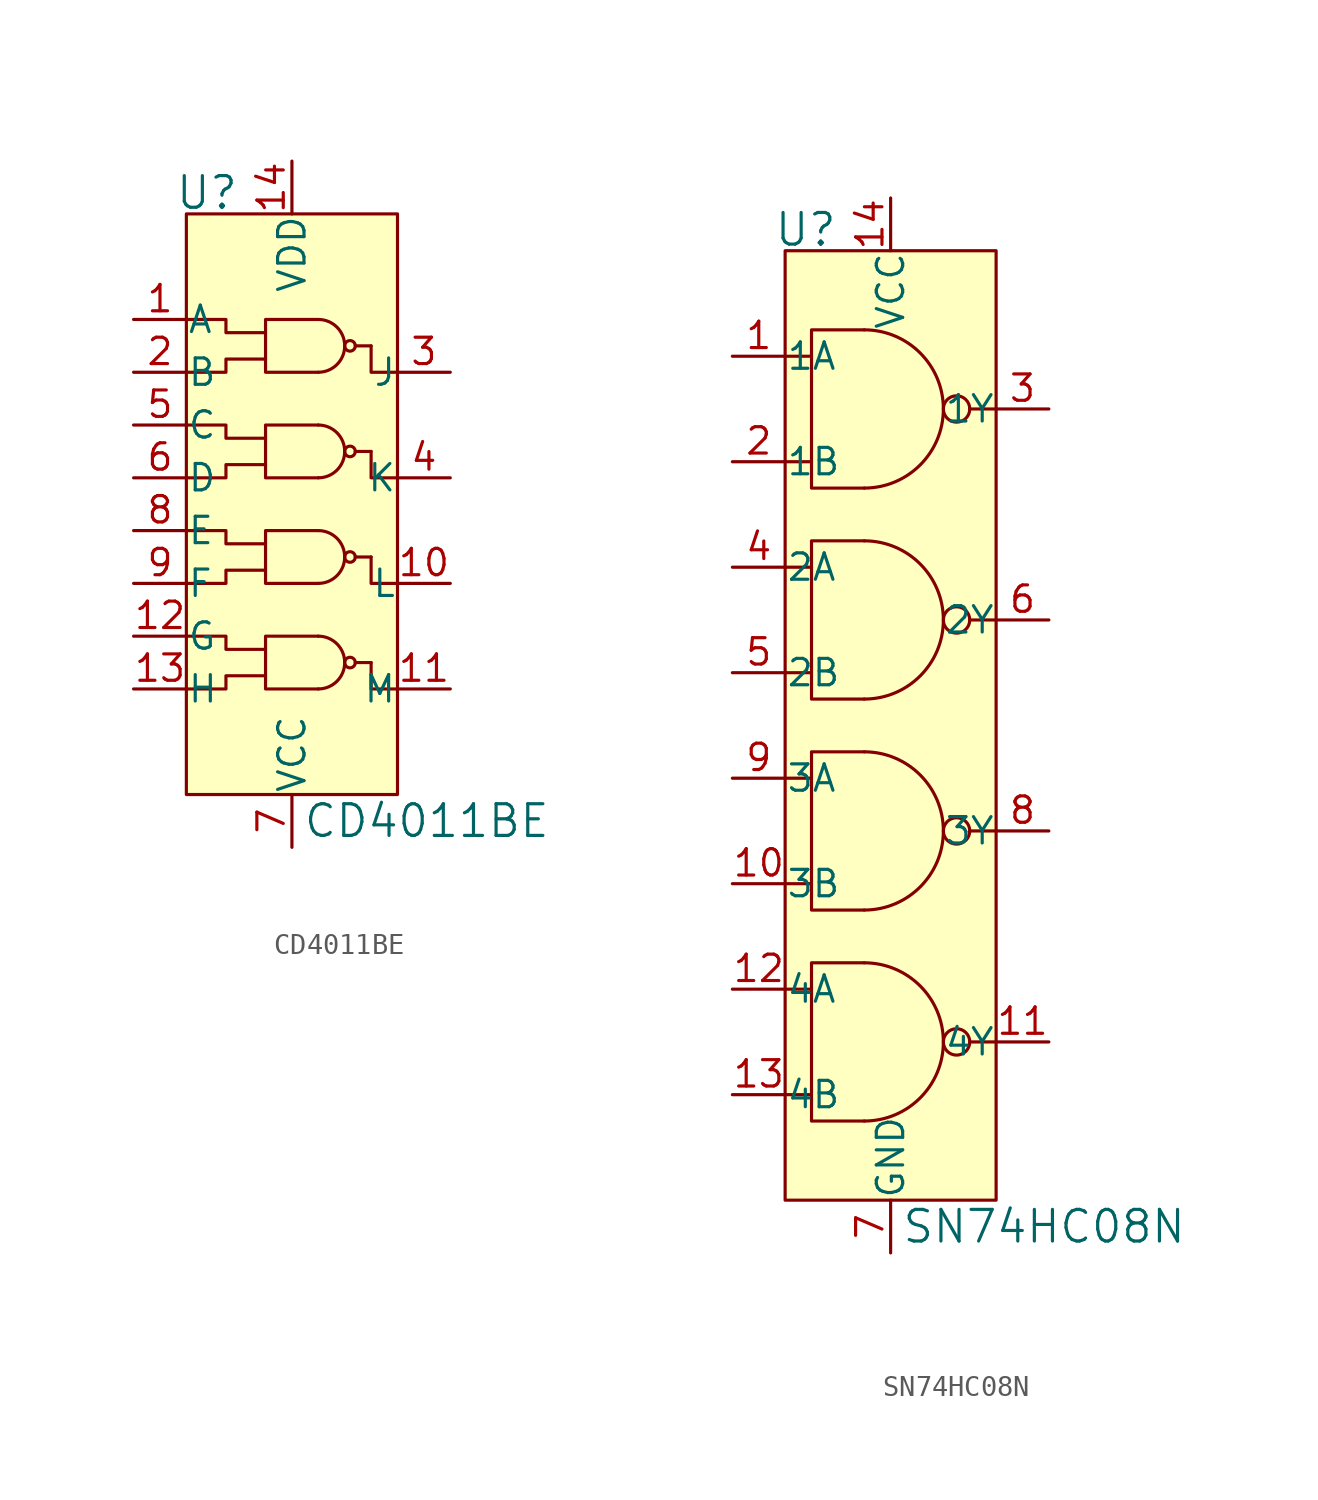
<source format=kicad_sym>
(kicad_symbol_lib
  (version 20231120)
  (generator "kicad_symbol_editor")
  (generator_version "8.0")
  (symbol "CD4011BE"
    (pin_names
      (offset 0.025))
    (property "Reference" "U"
      (at -5.08 11.176 0)
      (effects (font (size 1.524 1.524)) (justify right)))
    (property "Value" "CD4011BE"
      (at -2.032 -19.05 0)
      (effects (font (size 1.524 1.524)) (justify left)))
    (symbol "CD4011BE_0_1"
      (rectangle (start -7.62 10.16) (end 2.54 -17.78) (stroke (width 0) (type solid)) (fill (type background)))
      (arc (start -1.27 -12.7) (mid 0 -11.43) (end -1.27 -10.16) (stroke (width 0) (type solid)) (fill (type none)))
      (arc (start -1.27 -7.62) (mid 0 -6.35) (end -1.27 -5.08) (stroke (width 0) (type solid)) (fill (type none)))
      (arc (start -1.27 -2.54) (mid 0 -1.27) (end -1.27 0) (stroke (width 0) (type solid)) (fill (type none)))
      (arc (start -1.27 2.54) (mid 0 3.81) (end -1.27 5.08) (stroke (width 0) (type solid)) (fill (type none)))
      (polyline (pts (xy 0.508 -11.43) (xy 1.27 -11.43)) (stroke (width 0) (type solid)) (fill (type none)))
      (polyline (pts (xy 0.508 3.81) (xy 1.27 3.81)) (stroke (width 0) (type solid)) (fill (type none)))
      (polyline (pts (xy 1.27 -6.35) (xy 0.508 -6.35)) (stroke (width 0) (type solid)) (fill (type none)))
      (polyline (pts (xy 1.27 -1.27) (xy 0.508 -1.27)) (stroke (width 0) (type solid)) (fill (type none)))
      (polyline (pts (xy 1.27 -11.43) (xy 1.27 -12.7) (xy 2.54 -12.7)) (stroke (width 0) (type solid)) (fill (type none)))
      (polyline (pts (xy 1.27 -6.35) (xy 1.27 -7.62) (xy 2.54 -7.62)) (stroke (width 0) (type solid)) (fill (type none)))
      (polyline (pts (xy 1.27 -1.27) (xy 1.27 -2.54) (xy 2.54 -2.54)) (stroke (width 0) (type solid)) (fill (type none)))
      (polyline (pts (xy 1.27 3.81) (xy 1.27 2.54) (xy 2.54 2.54)) (stroke (width 0) (type solid)) (fill (type none)))
      (polyline (pts (xy -7.62 -12.7) (xy -5.715 -12.7) (xy -5.715 -12.065) (xy -3.81 -12.065)) (stroke (width 0) (type solid)) (fill (type none)))
      (polyline (pts (xy -7.62 -7.62) (xy -5.715 -7.62) (xy -5.715 -6.985) (xy -3.81 -6.985)) (stroke (width 0) (type solid)) (fill (type none)))
      (polyline (pts (xy -7.62 -2.54) (xy -5.715 -2.54) (xy -5.715 -1.905) (xy -3.81 -1.905)) (stroke (width 0) (type solid)) (fill (type none)))
      (polyline (pts (xy -3.81 -10.795) (xy -5.715 -10.795) (xy -5.715 -10.16) (xy -7.62 -10.16)) (stroke (width 0) (type solid)) (fill (type none)))
      (polyline (pts (xy -3.81 -5.715) (xy -5.715 -5.715) (xy -5.715 -5.08) (xy -7.62 -5.08)) (stroke (width 0) (type solid)) (fill (type none)))
      (polyline (pts (xy -3.81 -0.635) (xy -5.715 -0.635) (xy -5.715 0) (xy -7.62 0)) (stroke (width 0) (type solid)) (fill (type none)))
      (polyline (pts (xy -3.81 3.175) (xy -5.715 3.175) (xy -5.715 2.54) (xy -7.62 2.54)) (stroke (width 0) (type solid)) (fill (type none)))
      (polyline (pts (xy -3.81 4.445) (xy -5.715 4.445) (xy -5.715 5.08) (xy -7.62 5.08)) (stroke (width 0) (type solid)) (fill (type none)))
      (polyline (pts (xy -1.27 -10.16) (xy -3.81 -10.16) (xy -3.81 -12.7) (xy -1.27 -12.7)) (stroke (width 0) (type solid)) (fill (type none)))
      (polyline (pts (xy -1.27 -5.08) (xy -3.81 -5.08) (xy -3.81 -7.62) (xy -1.27 -7.62)) (stroke (width 0) (type solid)) (fill (type none)))
      (polyline (pts (xy -1.27 0) (xy -3.81 0) (xy -3.81 -2.54) (xy -1.27 -2.54)) (stroke (width 0) (type solid)) (fill (type none)))
      (polyline (pts (xy -1.27 5.08) (xy -3.81 5.08) (xy -3.81 2.54) (xy -1.27 2.54)) (stroke (width 0) (type solid)) (fill (type none)))
      (circle (center 0.254 -11.43) (radius 0.254) (stroke (width 0) (type solid)) (fill (type none)))
      (circle (center 0.254 -6.35) (radius 0.254) (stroke (width 0) (type solid)) (fill (type none)))
      (circle (center 0.254 -1.27) (radius 0.254) (stroke (width 0) (type solid)) (fill (type none)))
      (circle (center 0.254 3.81) (radius 0.254) (stroke (width 0) (type solid)) (fill (type none))))
    (symbol "CD4011BE_1_1"
      (pin input line (at -10.16 5.08 0) (length 2.54) (name "A" (effects (font (size 1.27 1.27)))) (number "1" (effects (font (size 1.27 1.27)))))
      (pin output line (at 5.08 -7.62 180) (length 2.54) (name "L" (effects (font (size 1.27 1.27)))) (number "10" (effects (font (size 1.27 1.27)))))
      (pin output line (at 5.08 -12.7 180) (length 2.54) (name "M" (effects (font (size 1.27 1.27)))) (number "11" (effects (font (size 1.27 1.27)))))
      (pin input line (at -10.16 -10.16 0) (length 2.54) (name "G" (effects (font (size 1.27 1.27)))) (number "12" (effects (font (size 1.27 1.27)))))
      (pin input line (at -10.16 -12.7 0) (length 2.54) (name "H" (effects (font (size 1.27 1.27)))) (number "13" (effects (font (size 1.27 1.27)))))
      (pin power_in line (at -2.54 12.7 270) (length 2.54) (name "VDD" (effects (font (size 1.27 1.27)))) (number "14" (effects (font (size 1.27 1.27)))))
      (pin input line (at -10.16 2.54 0) (length 2.54) (name "B" (effects (font (size 1.27 1.27)))) (number "2" (effects (font (size 1.27 1.27)))))
      (pin output line (at 5.08 2.54 180) (length 2.54) (name "J" (effects (font (size 1.27 1.27)))) (number "3" (effects (font (size 1.27 1.27)))))
      (pin output line (at 5.08 -2.54 180) (length 2.54) (name "K" (effects (font (size 1.27 1.27)))) (number "4" (effects (font (size 1.27 1.27)))))
      (pin input line (at -10.16 0 0) (length 2.54) (name "C" (effects (font (size 1.27 1.27)))) (number "5" (effects (font (size 1.27 1.27)))))
      (pin input line (at -10.16 -2.54 0) (length 2.54) (name "D" (effects (font (size 1.27 1.27)))) (number "6" (effects (font (size 1.27 1.27)))))
      (pin power_in line (at -2.54 -20.32 90) (length 2.54) (name "VCC" (effects (font (size 1.27 1.27)))) (number "7" (effects (font (size 1.27 1.27)))))
      (pin input line (at -10.16 -5.08 0) (length 2.54) (name "E" (effects (font (size 1.27 1.27)))) (number "8" (effects (font (size 1.27 1.27)))))
      (pin input line (at -10.16 -7.62 0) (length 2.54) (name "F" (effects (font (size 1.27 1.27)))) (number "9" (effects (font (size 1.27 1.27)))))))
  (symbol "SN74HC08N"
    (pin_names
      (offset 0.025))
    (property "Reference" "U"
      (at -2.54 8.636 0)
      (effects (font (size 1.524 1.524)) (justify right)))
    (property "Value" "SN74HC08N"
      (at 0.508 -39.37 0)
      (effects (font (size 1.524 1.524)) (justify left)))
    (symbol "SN74HC08N_0_1"
      (rectangle (start -5.08 7.62) (end 5.08 -38.1) (stroke (width 0) (type solid)) (fill (type background)))
      (arc (start -1.27 -34.29) (mid 2.54 -30.48) (end -1.27 -26.67) (stroke (width 0) (type solid)) (fill (type none)))
      (arc (start -1.27 -24.13) (mid 2.54 -20.32) (end -1.27 -16.51) (stroke (width 0) (type solid)) (fill (type none)))
      (arc (start -1.27 -13.97) (mid 2.54 -10.16) (end -1.27 -6.35) (stroke (width 0) (type solid)) (fill (type none)))
      (arc (start -1.27 -3.81) (mid 2.54 0) (end -1.27 3.81) (stroke (width 0) (type solid)) (fill (type none)))
      (polyline (pts (xy -5.08 -33.02) (xy -3.81 -33.02)) (stroke (width 0) (type solid)) (fill (type none)))
      (polyline (pts (xy -5.08 -22.86) (xy -3.81 -22.86)) (stroke (width 0) (type solid)) (fill (type none)))
      (polyline (pts (xy -5.08 -7.62) (xy -3.81 -7.62)) (stroke (width 0) (type solid)) (fill (type none)))
      (polyline (pts (xy -3.81 -27.94) (xy -5.08 -27.94)) (stroke (width 0) (type solid)) (fill (type none)))
      (polyline (pts (xy -3.81 -17.78) (xy -5.08 -17.78)) (stroke (width 0) (type solid)) (fill (type none)))
      (polyline (pts (xy -3.81 -12.7) (xy -5.08 -12.7)) (stroke (width 0) (type solid)) (fill (type none)))
      (polyline (pts (xy -3.81 -2.54) (xy -5.08 -2.54)) (stroke (width 0) (type solid)) (fill (type none)))
      (polyline (pts (xy -3.81 2.54) (xy -5.08 2.54)) (stroke (width 0) (type solid)) (fill (type none)))
      (polyline (pts (xy 3.81 -30.48) (xy 5.08 -30.48)) (stroke (width 0) (type solid)) (fill (type none)))
      (polyline (pts (xy 3.81 -20.32) (xy 5.08 -20.32)) (stroke (width 0) (type solid)) (fill (type none)))
      (polyline (pts (xy 3.81 -10.16) (xy 5.08 -10.16)) (stroke (width 0) (type solid)) (fill (type none)))
      (polyline (pts (xy 3.81 0) (xy 5.08 0)) (stroke (width 0) (type solid)) (fill (type none)))
      (polyline (pts (xy -1.27 -26.67) (xy -3.81 -26.67) (xy -3.81 -34.29) (xy -1.27 -34.29)) (stroke (width 0) (type solid)) (fill (type none)))
      (polyline (pts (xy -1.27 -16.51) (xy -3.81 -16.51) (xy -3.81 -24.13) (xy -1.27 -24.13)) (stroke (width 0) (type solid)) (fill (type none)))
      (polyline (pts (xy -1.27 -6.35) (xy -3.81 -6.35) (xy -3.81 -13.97) (xy -1.27 -13.97)) (stroke (width 0) (type solid)) (fill (type none)))
      (polyline (pts (xy -1.27 3.81) (xy -3.81 3.81) (xy -3.81 -3.81) (xy -1.27 -3.81)) (stroke (width 0) (type solid)) (fill (type none)))
      (circle (center 3.175 -30.48) (radius 0.635) (stroke (width 0) (type solid)) (fill (type none)))
      (circle (center 3.175 -20.32) (radius 0.635) (stroke (width 0) (type solid)) (fill (type none)))
      (circle (center 3.175 -10.16) (radius 0.635) (stroke (width 0) (type solid)) (fill (type none)))
      (circle (center 3.175 0) (radius 0.635) (stroke (width 0) (type solid)) (fill (type none))))
    (symbol "SN74HC08N_1_1"
      (pin input line (at -7.62 2.54 0) (length 2.54) (name "1A" (effects (font (size 1.27 1.27)))) (number "1" (effects (font (size 1.27 1.27)))))
      (pin input line (at -7.62 -22.86 0) (length 2.54) (name "3B" (effects (font (size 1.27 1.27)))) (number "10" (effects (font (size 1.27 1.27)))))
      (pin output line (at 7.62 -30.48 180) (length 2.54) (name "4Y" (effects (font (size 1.27 1.27)))) (number "11" (effects (font (size 1.27 1.27)))))
      (pin input line (at -7.62 -27.94 0) (length 2.54) (name "4A" (effects (font (size 1.27 1.27)))) (number "12" (effects (font (size 1.27 1.27)))))
      (pin input line (at -7.62 -33.02 0) (length 2.54) (name "4B" (effects (font (size 1.27 1.27)))) (number "13" (effects (font (size 1.27 1.27)))))
      (pin power_in line (at 0 10.16 270) (length 2.54) (name "VCC" (effects (font (size 1.27 1.27)))) (number "14" (effects (font (size 1.27 1.27)))))
      (pin input line (at -7.62 -2.54 0) (length 2.54) (name "1B" (effects (font (size 1.27 1.27)))) (number "2" (effects (font (size 1.27 1.27)))))
      (pin output line (at 7.62 0 180) (length 2.54) (name "1Y" (effects (font (size 1.27 1.27)))) (number "3" (effects (font (size 1.27 1.27)))))
      (pin input line (at -7.62 -7.62 0) (length 2.54) (name "2A" (effects (font (size 1.27 1.27)))) (number "4" (effects (font (size 1.27 1.27)))))
      (pin input line (at -7.62 -12.7 0) (length 2.54) (name "2B" (effects (font (size 1.27 1.27)))) (number "5" (effects (font (size 1.27 1.27)))))
      (pin output line (at 7.62 -10.16 180) (length 2.54) (name "2Y" (effects (font (size 1.27 1.27)))) (number "6" (effects (font (size 1.27 1.27)))))
      (pin power_in line (at 0 -40.64 90) (length 2.54) (name "GND" (effects (font (size 1.27 1.27)))) (number "7" (effects (font (size 1.27 1.27)))))
      (pin output line (at 7.62 -20.32 180) (length 2.54) (name "3Y" (effects (font (size 1.27 1.27)))) (number "8" (effects (font (size 1.27 1.27)))))
      (pin input line (at -7.62 -17.78 0) (length 2.54) (name "3A" (effects (font (size 1.27 1.27)))) (number "9" (effects (font (size 1.27 1.27))))))))
</source>
